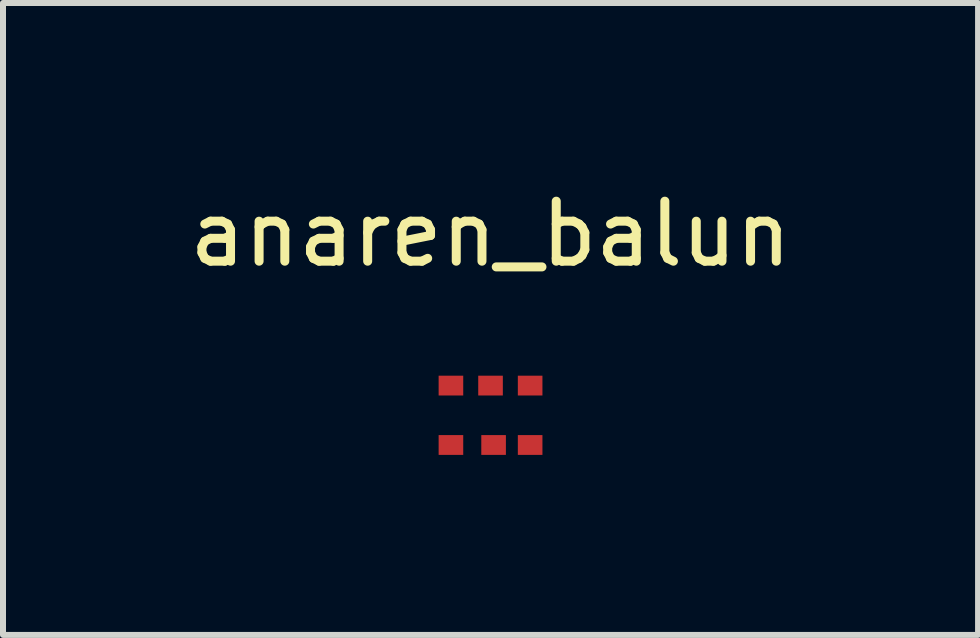
<source format=kicad_pcb>
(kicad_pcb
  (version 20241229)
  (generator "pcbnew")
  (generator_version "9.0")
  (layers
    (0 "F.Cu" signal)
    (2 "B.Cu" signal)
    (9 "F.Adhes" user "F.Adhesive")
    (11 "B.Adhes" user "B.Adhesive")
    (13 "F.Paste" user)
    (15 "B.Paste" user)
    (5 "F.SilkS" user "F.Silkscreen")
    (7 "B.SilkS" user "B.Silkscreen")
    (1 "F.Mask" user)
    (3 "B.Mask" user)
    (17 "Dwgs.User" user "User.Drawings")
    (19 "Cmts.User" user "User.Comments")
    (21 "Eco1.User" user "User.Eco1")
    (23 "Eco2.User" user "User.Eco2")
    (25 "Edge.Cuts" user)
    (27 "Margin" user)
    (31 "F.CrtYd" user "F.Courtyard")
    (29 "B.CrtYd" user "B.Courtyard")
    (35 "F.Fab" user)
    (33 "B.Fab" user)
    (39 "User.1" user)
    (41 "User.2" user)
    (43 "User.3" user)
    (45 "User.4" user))
  (footprint "anaren_balun"
    (layer "F.Cu")
    (at 5.125 3.871)
    (property "Reference" "anaren_balun" (at 0 -3.023 0) (layer "F.SilkS") (effects (font (size 1 1) (thickness 0.15))))
    (attr through_hole)
    (pad "1" smd rect (at 0.66 -0.495) (size 0.41 0.33) (layers "F.Cu" "F.Mask" "F.Paste"))
    (pad "2" smd rect (at 0 -0.495) (size 0.41 0.33) (layers "F.Cu" "F.Mask" "F.Paste"))
    (pad "3" smd rect (at -0.66 -0.495) (size 0.41 0.33) (layers "F.Cu" "F.Mask" "F.Paste"))
    (pad "4" smd rect (at -0.66 0.495) (size 0.41 0.33) (layers "F.Cu" "F.Mask" "F.Paste"))
    (pad "5" smd rect (at 0.051 0.495) (size 0.41 0.33) (layers "F.Cu" "F.Mask" "F.Paste"))
    (pad "6" smd rect (at 0.66 0.495) (size 0.41 0.33) (layers "F.Cu" "F.Mask" "F.Paste")))
  (gr_rect
    (start -3 -3)
    (end 13.25 7.531)
    (stroke (width 0.1) (type default))
    (fill no)
    (layer "Edge.Cuts")))
</source>
